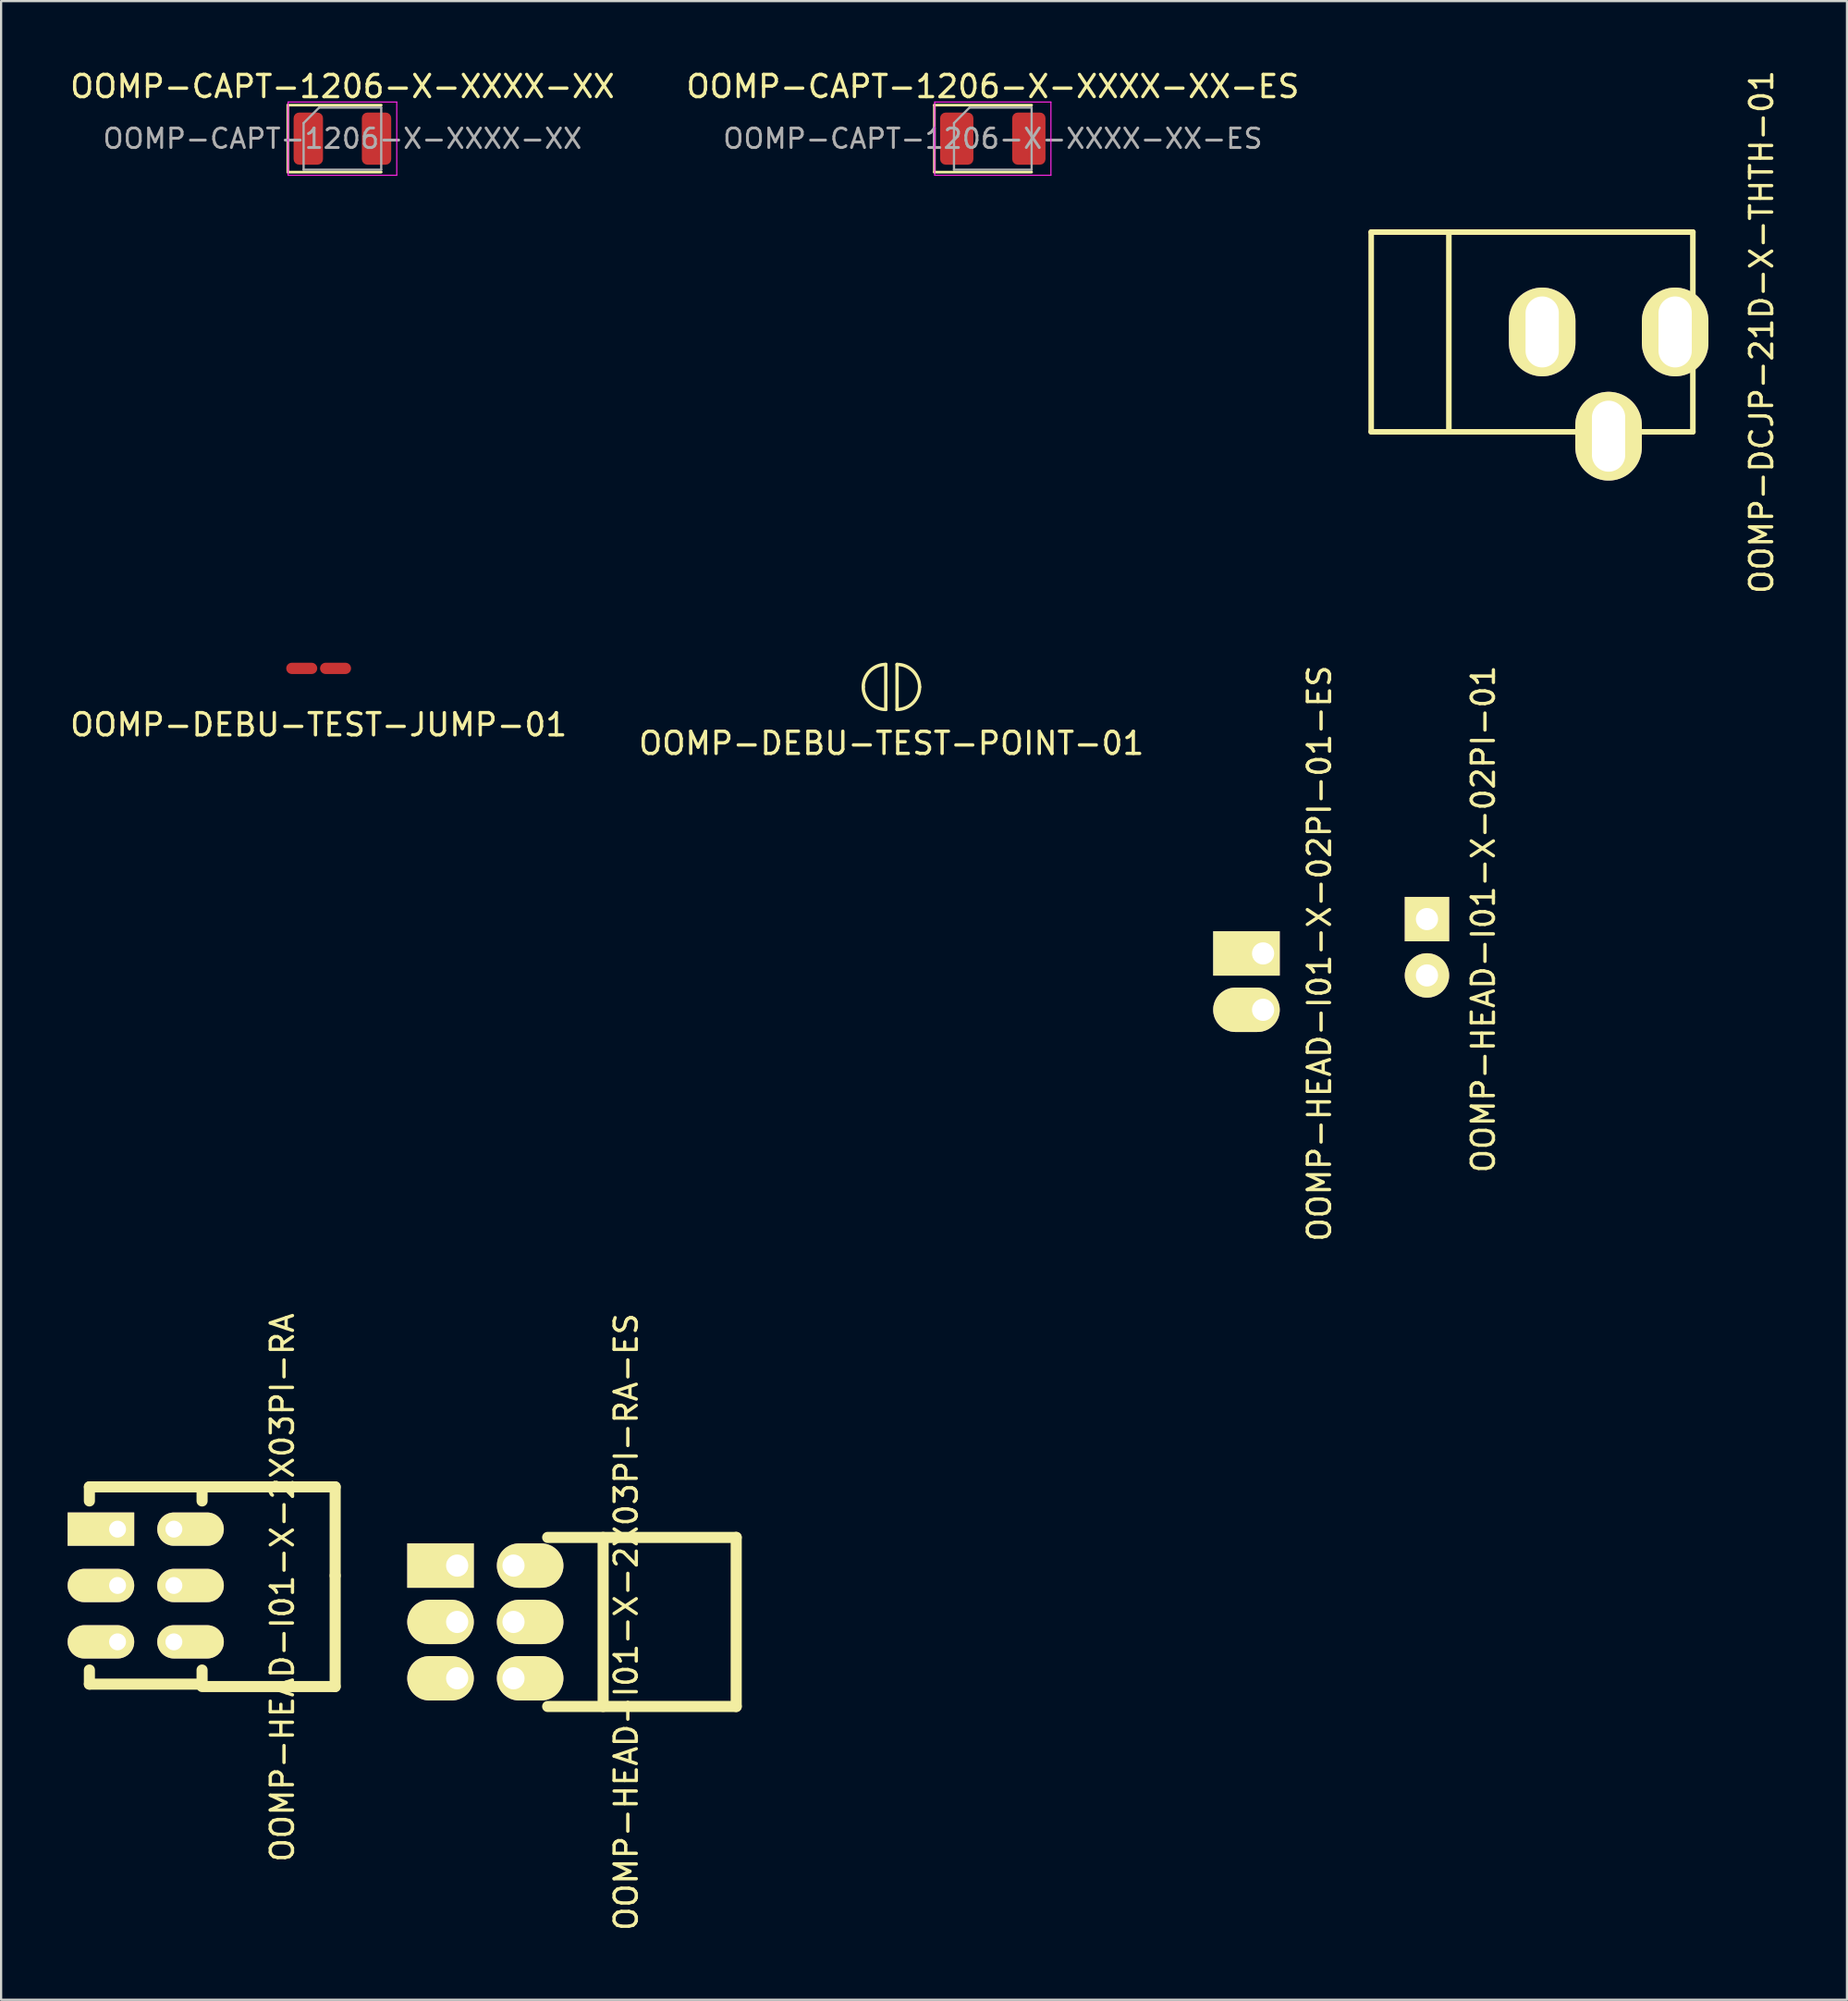
<source format=kicad_pcb>
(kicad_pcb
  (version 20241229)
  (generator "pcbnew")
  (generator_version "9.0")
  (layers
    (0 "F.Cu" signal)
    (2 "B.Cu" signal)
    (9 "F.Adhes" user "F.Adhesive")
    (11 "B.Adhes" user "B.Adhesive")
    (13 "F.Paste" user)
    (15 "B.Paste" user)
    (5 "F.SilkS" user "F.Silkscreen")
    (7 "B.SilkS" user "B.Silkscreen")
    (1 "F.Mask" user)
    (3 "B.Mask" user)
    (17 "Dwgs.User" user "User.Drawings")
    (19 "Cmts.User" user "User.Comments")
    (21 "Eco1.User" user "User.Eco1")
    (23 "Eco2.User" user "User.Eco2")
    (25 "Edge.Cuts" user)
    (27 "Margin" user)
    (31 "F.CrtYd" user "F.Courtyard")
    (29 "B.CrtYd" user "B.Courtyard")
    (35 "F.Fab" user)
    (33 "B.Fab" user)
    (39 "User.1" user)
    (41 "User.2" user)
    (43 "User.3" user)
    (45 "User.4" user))
  (footprint "OOMP-HEAD-I01-X-02PI-01"
    (layer "F.Cu")
    (at 61.281 38.375)
    (property "Reference" "OOMP-HEAD-I01-X-02PI-01" (at 2.54 0 90) (layer "F.SilkS") (effects (font (size 1 1) (thickness 0.15))))
    (attr through_hole)
    (pad "1" thru_hole rect (at 0 0) (size 2 2) (drill 1) (layers "*.Cu" "*.Mask" "F.SilkS"))
    (pad "2" thru_hole oval (at 0 2.54) (size 2 2) (drill 1) (layers "*.Cu" "*.Mask" "F.SilkS")))
  (footprint "OOMP-HEAD-I01-X-2X03PI-RA"
    (layer "F.Cu")
    (at 2.06 65.966)
    (property "Reference" "OOMP-HEAD-I01-X-2X03PI-RA" (at 7.62 2.54 90) (layer "F.SilkS") (effects (font (size 1 1) (thickness 0.15))))
    (attr through_hole)
    (fp_line (start -1.08 -2) (end 4 -2) (stroke (width 0.5) (type solid)) (layer "F.SilkS"))
    (fp_line (start -1.08 -1.365) (end -1.08 -2) (stroke (width 0.5) (type solid)) (layer "F.SilkS"))
    (fp_line (start -1.08 6.255) (end -1.08 6.89) (stroke (width 0.5) (type solid)) (layer "F.SilkS"))
    (fp_line (start -1.08 6.89) (end 4 6.89) (stroke (width 0.5) (type solid)) (layer "F.SilkS"))
    (fp_line (start 4 -2) (end 4 -1.365) (stroke (width 0.5) (type solid)) (layer "F.SilkS"))
    (fp_line (start 4 -2) (end 10 -2) (stroke (width 0.5) (type solid)) (layer "F.SilkS"))
    (fp_line (start 4 6.89) (end 4 6.255) (stroke (width 0.5) (type solid)) (layer "F.SilkS"))
    (fp_line (start 4 7) (end 10 7) (stroke (width 0.5) (type solid)) (layer "F.SilkS"))
    (fp_line (start 10 -2) (end 10 2) (stroke (width 0.5) (type solid)) (layer "F.SilkS"))
    (fp_line (start 10 7) (end 10 2) (stroke (width 0.5) (type solid)) (layer "F.SilkS"))
    (pad "1" thru_hole rect (at 0.19 -0.095 90) (size 1.5 3) (drill 0.762 (offset 0 -0.75)) (layers "*.Cu" "*.Mask" "F.SilkS"))
    (pad "2" thru_hole oval (at 2.73 -0.095) (size 3 1.5) (drill 0.762 (offset 0.75 0)) (layers "*.Cu" "*.Mask" "F.SilkS"))
    (pad "3" thru_hole oval (at 0.19 2.445 90) (size 1.5 3) (drill 0.762 (offset 0 -0.75)) (layers "*.Cu" "*.Mask" "F.SilkS"))
    (pad "4" thru_hole oval (at 2.73 2.445) (size 3 1.5) (drill 0.762 (offset 0.75 0)) (layers "*.Cu" "*.Mask" "F.SilkS"))
    (pad "5" thru_hole oval (at 0.19 4.985 90) (size 1.5 3) (drill 0.762 (offset 0 -0.75)) (layers "*.Cu" "*.Mask" "F.SilkS"))
    (pad "6" thru_hole oval (at 2.73 4.985) (size 3 1.5) (drill 0.762 (offset 0.75 0)) (layers "*.Cu" "*.Mask" "F.SilkS")))
  (footprint "OOMP-HEAD-I01-X-02PI-01-ES"
    (layer "F.Cu")
    (at 53.893 39.923)
    (property "Reference" "OOMP-HEAD-I01-X-02PI-01-ES" (at 2.54 0 90) (layer "F.SilkS") (effects (font (size 1 1) (thickness 0.15))))
    (attr through_hole)
    (pad "1" thru_hole rect (at 0 0) (size 3 2) (drill 1 (offset -0.75 0)) (layers "*.Cu" "*.Mask" "F.SilkS"))
    (pad "2" thru_hole oval (at 0 2.54) (size 3 2) (drill 1 (offset -0.75 0)) (layers "*.Cu" "*.Mask" "F.SilkS")))
  (footprint "OOMP-DEBU-TEST-POINT-01"
    (layer "F.Cu")
    (at 37.137 27.912)
    (property "Reference" "OOMP-DEBU-TEST-POINT-01" (at 0 2.54 0) (layer "F.SilkS") (effects (font (size 1 1) (thickness 0.15))))
    (attr through_hole)
    (fp_line (start -0.254 -1.016) (end -0.254 1.016) (stroke (width 0.15) (type solid)) (layer "F.SilkS"))
    (fp_line (start 0.254 -1.016) (end 0.254 1.016) (stroke (width 0.15) (type solid)) (layer "F.SilkS"))
    (fp_arc (start -1.27 0) (mid -0.97242 -0.71842) (end -0.254 -1.016) (stroke (width 0.15) (type solid)) (layer "F.SilkS"))
    (fp_arc (start -0.254 1.016) (mid -0.97242 0.71842) (end -1.27 0) (stroke (width 0.15) (type solid)) (layer "F.SilkS"))
    (fp_arc (start 0.254 -1.016) (mid 0.97242 -0.71842) (end 1.27 0) (stroke (width 0.15) (type solid)) (layer "F.SilkS"))
    (fp_arc (start 1.27 0) (mid 0.97242 0.71842) (end 0.254 1.016) (stroke (width 0.15) (type solid)) (layer "F.SilkS"))
    (pad "1" smd circle (at -1.27 0) (size 0.025 0.025) (layers "F.Cu" "F.Mask" "F.Paste"))
    (pad "2" smd circle (at 1.27 0) (size 0.025 0.025) (layers "F.Cu" "F.Mask" "F.Paste")))
  (footprint "OOMP-CAPT-1206-X-XXXX-XX"
    (layer "F.Cu")
    (at 12.387 3.198)
    (property "Reference" "OOMP-CAPT-1206-X-XXXX-XX" (at 0 -2.35 0) (layer "F.SilkS") (effects (font (size 1 1) (thickness 0.15))))
    (attr smd)
    (fp_line (start -2.46 -1.51) (end -2.46 1.51) (stroke (width 0.12) (type solid)) (layer "F.SilkS"))
    (fp_line (start -2.46 1.51) (end 1.75 1.51) (stroke (width 0.12) (type solid)) (layer "F.SilkS"))
    (fp_line (start 1.75 -1.51) (end -2.46 -1.51) (stroke (width 0.12) (type solid)) (layer "F.SilkS"))
    (fp_line (start -2.45 -1.65) (end 2.45 -1.65) (stroke (width 0.05) (type solid)) (layer "F.CrtYd"))
    (fp_line (start -2.45 1.65) (end -2.45 -1.65) (stroke (width 0.05) (type solid)) (layer "F.CrtYd"))
    (fp_line (start 2.45 -1.65) (end 2.45 1.65) (stroke (width 0.05) (type solid)) (layer "F.CrtYd"))
    (fp_line (start 2.45 1.65) (end -2.45 1.65) (stroke (width 0.05) (type solid)) (layer "F.CrtYd"))
    (fp_line (start -1.75 -0.7) (end -1.75 1.4) (stroke (width 0.1) (type solid)) (layer "F.Fab"))
    (fp_line (start -1.75 1.4) (end 1.75 1.4) (stroke (width 0.1) (type solid)) (layer "F.Fab"))
    (fp_line (start -1.05 -1.4) (end -1.75 -0.7) (stroke (width 0.1) (type solid)) (layer "F.Fab"))
    (fp_line (start 1.75 -1.4) (end -1.05 -1.4) (stroke (width 0.1) (type solid)) (layer "F.Fab"))
    (fp_line (start 1.75 1.4) (end 1.75 -1.4) (stroke (width 0.1) (type solid)) (layer "F.Fab"))
    (fp_text user "${REFERENCE}" (at 0 0 0) (layer "F.Fab") (effects (font (size 0.88 0.88) (thickness 0.13))))
    (pad "1" smd roundrect (at -1.538 0) (size 1.325 2.35) (layers "F.Cu" "F.Mask" "F.Paste") (roundrect_rratio 0.189))
    (pad "2" smd roundrect (at 1.538 0) (size 1.325 2.35) (layers "F.Cu" "F.Mask" "F.Paste") (roundrect_rratio 0.189)))
  (footprint "OOMP-DEBU-TEST-JUMP-01"
    (layer "F.Cu")
    (at 11.315 27.075)
    (property "Reference" "OOMP-DEBU-TEST-JUMP-01" (at 0 2.54 0) (layer "F.SilkS") (effects (font (size 1 1) (thickness 0.15))))
    (attr through_hole)
    (pad "1" smd oval (at -1.27 0) (size 1.397 0.508) (drill (offset 0.508 0)) (layers "F.Cu" "F.Mask" "F.Paste"))
    (pad "2" smd oval (at 1.27 0) (size 1.397 0.508) (drill (offset -0.508 0)) (layers "F.Cu" "F.Mask" "F.Paste")))
  (footprint "OOMP-HEAD-I01-X-2X03PI-RA-ES"
    (layer "F.Cu")
    (at 17.56 67.514)
    (property "Reference" "OOMP-HEAD-I01-X-2X03PI-RA-ES" (at 7.62 2.54 90) (layer "F.SilkS") (effects (font (size 1 1) (thickness 0.15))))
    (attr through_hole)
    (fp_line (start 4.08 -1.27) (end 12.58 -1.27) (stroke (width 0.5) (type solid)) (layer "F.SilkS"))
    (fp_line (start 4.08 6.35) (end 12.58 6.35) (stroke (width 0.5) (type solid)) (layer "F.SilkS"))
    (fp_line (start 6.58 -1.27) (end 6.58 6.35) (stroke (width 0.5) (type solid)) (layer "F.SilkS"))
    (fp_line (start 12.58 -1.27) (end 12.58 6.35) (stroke (width 0.5) (type solid)) (layer "F.SilkS"))
    (pad "1" thru_hole rect (at 0 0 90) (size 2 3) (drill 1 (offset 0 -0.75)) (layers "*.Cu" "*.Mask" "F.SilkS"))
    (pad "2" thru_hole oval (at 2.54 0) (size 3 2) (drill 1 (offset 0.75 0)) (layers "*.Cu" "*.Mask" "F.SilkS"))
    (pad "3" thru_hole oval (at 0 2.54 90) (size 2 3) (drill 1 (offset 0 -0.75)) (layers "*.Cu" "*.Mask" "F.SilkS"))
    (pad "4" thru_hole oval (at 2.54 2.54) (size 3 2) (drill 1 (offset 0.75 0)) (layers "*.Cu" "*.Mask" "F.SilkS"))
    (pad "5" thru_hole oval (at 0 5.08 90) (size 2 3) (drill 1 (offset 0 -0.75)) (layers "*.Cu" "*.Mask" "F.SilkS"))
    (pad "6" thru_hole oval (at 2.54 5.08) (size 3 2) (drill 1 (offset 0.75 0)) (layers "*.Cu" "*.Mask" "F.SilkS")))
  (footprint "OOMP-DCJP-21D-X-THTH-01"
    (layer "F.Cu")
    (at 66.268 11.911)
    (property "Reference" "OOMP-DCJP-21D-X-THTH-01" (at 10.099 0 90) (layer "F.SilkS") (effects (font (size 1 1) (thickness 0.15))))
    (attr through_hole)
    (fp_line (start -7.501 -4.501) (end -7.501 4.501) (stroke (width 0.25) (type solid)) (layer "F.SilkS"))
    (fp_line (start -7.501 4.501) (end 7 4.501) (stroke (width 0.25) (type solid)) (layer "F.SilkS"))
    (fp_line (start -4 -4.501) (end -4 4.501) (stroke (width 0.25) (type solid)) (layer "F.SilkS"))
    (fp_line (start 7 -4.501) (end -7.501 -4.501) (stroke (width 0.25) (type solid)) (layer "F.SilkS"))
    (fp_line (start 7 4.501) (end 7 -4.501) (stroke (width 0.25) (type solid)) (layer "F.SilkS"))
    (pad "1" thru_hole oval (at 6.201 0) (size 3 4) (drill oval 1.5 3.2) (layers "*.Cu" "*.Mask" "F.SilkS"))
    (pad "2" thru_hole oval (at 3.2 4.699) (size 3 4) (drill oval 1.5 3.2) (layers "*.Cu" "*.Mask" "F.SilkS"))
    (pad "3" thru_hole oval (at 0.207 0) (size 3 4) (drill oval 1.5 3.2) (layers "*.Cu" "*.Mask" "F.SilkS")))
  (footprint "OOMP-CAPT-1206-X-XXXX-XX-ES"
    (layer "F.Cu")
    (at 41.708 3.198)
    (property "Reference" "OOMP-CAPT-1206-X-XXXX-XX-ES" (at 0 -2.35 0) (layer "F.SilkS") (effects (font (size 1 1) (thickness 0.15))))
    (attr smd)
    (fp_line (start -2.635 -1.51) (end -2.635 1.51) (stroke (width 0.12) (type solid)) (layer "F.SilkS"))
    (fp_line (start -2.635 1.51) (end 1.75 1.51) (stroke (width 0.12) (type solid)) (layer "F.SilkS"))
    (fp_line (start 1.75 -1.51) (end -2.635 -1.51) (stroke (width 0.12) (type solid)) (layer "F.SilkS"))
    (fp_line (start -2.62 -1.65) (end 2.62 -1.65) (stroke (width 0.05) (type solid)) (layer "F.CrtYd"))
    (fp_line (start -2.62 1.65) (end -2.62 -1.65) (stroke (width 0.05) (type solid)) (layer "F.CrtYd"))
    (fp_line (start 2.62 -1.65) (end 2.62 1.65) (stroke (width 0.05) (type solid)) (layer "F.CrtYd"))
    (fp_line (start 2.62 1.65) (end -2.62 1.65) (stroke (width 0.05) (type solid)) (layer "F.CrtYd"))
    (fp_line (start -1.75 -0.7) (end -1.75 1.4) (stroke (width 0.1) (type solid)) (layer "F.Fab"))
    (fp_line (start -1.75 1.4) (end 1.75 1.4) (stroke (width 0.1) (type solid)) (layer "F.Fab"))
    (fp_line (start -1.05 -1.4) (end -1.75 -0.7) (stroke (width 0.1) (type solid)) (layer "F.Fab"))
    (fp_line (start 1.75 -1.4) (end -1.05 -1.4) (stroke (width 0.1) (type solid)) (layer "F.Fab"))
    (fp_line (start 1.75 1.4) (end 1.75 -1.4) (stroke (width 0.1) (type solid)) (layer "F.Fab"))
    (fp_text user "${REFERENCE}" (at 0 0 0) (layer "F.Fab") (effects (font (size 0.88 0.88) (thickness 0.13))))
    (pad "1" smd roundrect (at -1.625 0) (size 1.5 2.35) (layers "F.Cu" "F.Mask" "F.Paste") (roundrect_rratio 0.167))
    (pad "2" smd roundrect (at 1.625 0) (size 1.5 2.35) (layers "F.Cu" "F.Mask" "F.Paste") (roundrect_rratio 0.167)))
  (gr_rect
    (start -3 -3)
    (end 80.216 87.083)
    (stroke (width 0.1) (type default))
    (fill no)
    (layer "Edge.Cuts")))
</source>
